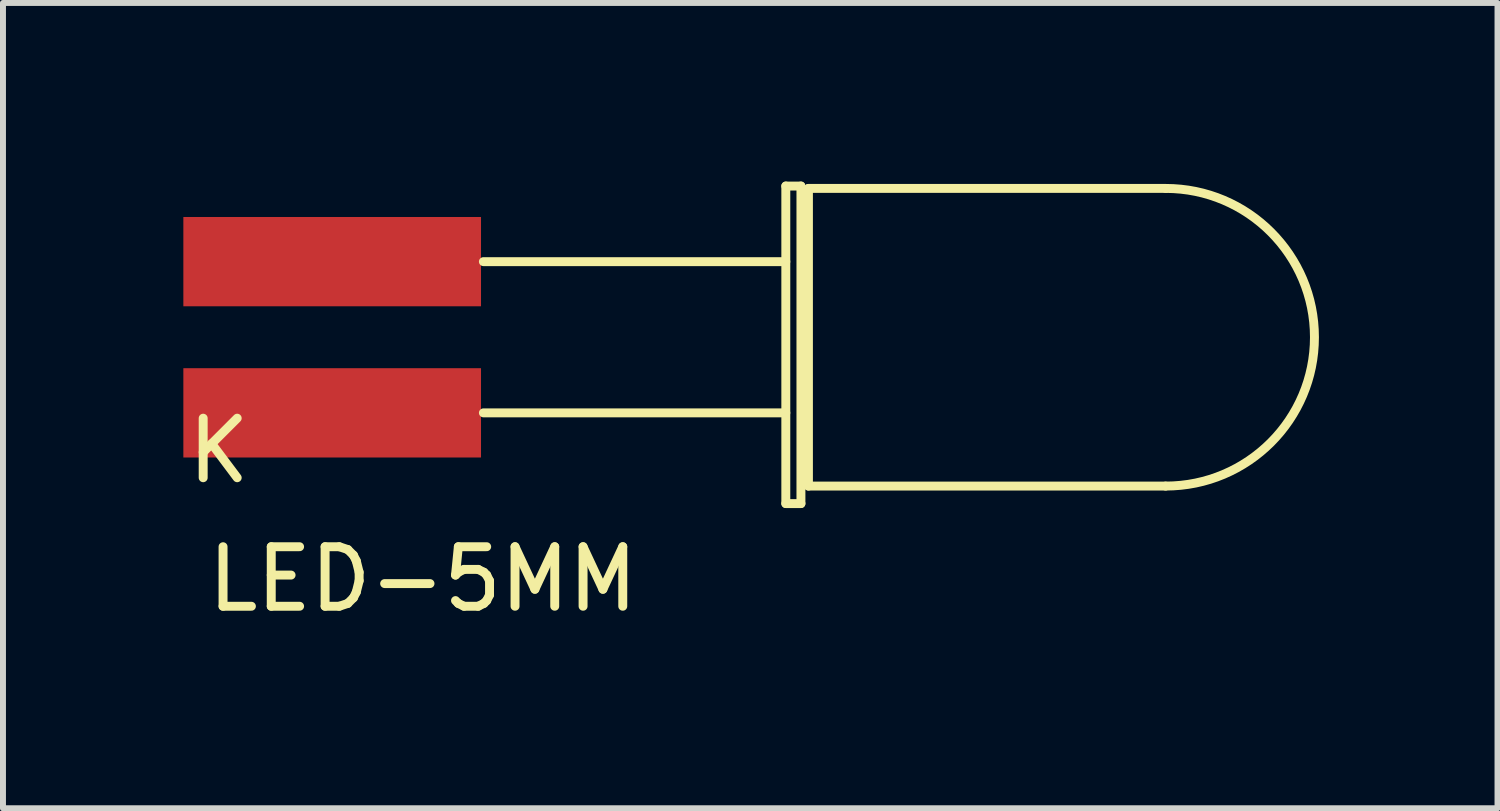
<source format=kicad_pcb>
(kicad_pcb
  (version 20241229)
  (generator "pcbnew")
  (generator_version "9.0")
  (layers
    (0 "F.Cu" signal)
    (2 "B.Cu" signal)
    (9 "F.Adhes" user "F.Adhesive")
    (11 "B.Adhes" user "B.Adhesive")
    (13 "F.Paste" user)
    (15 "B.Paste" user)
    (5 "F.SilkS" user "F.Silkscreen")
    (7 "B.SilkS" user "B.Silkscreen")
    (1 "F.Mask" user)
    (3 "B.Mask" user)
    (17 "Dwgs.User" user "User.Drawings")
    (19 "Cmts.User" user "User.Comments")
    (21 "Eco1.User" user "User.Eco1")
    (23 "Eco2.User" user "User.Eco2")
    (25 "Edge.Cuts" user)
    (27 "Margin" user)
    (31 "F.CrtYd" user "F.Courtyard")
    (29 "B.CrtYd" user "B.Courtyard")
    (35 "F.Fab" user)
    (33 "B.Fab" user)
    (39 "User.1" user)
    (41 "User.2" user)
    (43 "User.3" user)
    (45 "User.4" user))
  (footprint "LED-5MM"
    (layer "F.Cu")
    (at 2.53 2.615)
    (property "Reference" "LED-5MM" (at 1.524 4.064 0) (layer "F.SilkS") (effects (font (size 1 1) (thickness 0.15))))
    (attr through_hole)
    (fp_line (start 2.54 -1.27) (end 7.62 -1.27) (stroke (width 0.15) (type solid)) (layer "F.SilkS"))
    (fp_line (start 2.54 1.27) (end 7.62 1.27) (stroke (width 0.15) (type solid)) (layer "F.SilkS"))
    (fp_line (start 7.62 -2.54) (end 7.62 2.794) (stroke (width 0.15) (type solid)) (layer "F.SilkS"))
    (fp_line (start 7.62 2.794) (end 7.874 2.794) (stroke (width 0.15) (type solid)) (layer "F.SilkS"))
    (fp_line (start 7.874 -2.54) (end 7.62 -2.54) (stroke (width 0.15) (type solid)) (layer "F.SilkS"))
    (fp_line (start 7.874 2.794) (end 7.874 -2.54) (stroke (width 0.15) (type solid)) (layer "F.SilkS"))
    (fp_line (start 8 -2.5) (end 14 -2.5) (stroke (width 0.15) (type solid)) (layer "F.SilkS"))
    (fp_line (start 8 2.5) (end 8 -2.5) (stroke (width 0.15) (type solid)) (layer "F.SilkS"))
    (fp_line (start 8 2.5) (end 14 2.5) (stroke (width 0.15) (type solid)) (layer "F.SilkS"))
    (fp_arc (start 14 -2.5) (mid 16.5 0) (end 14 2.5) (stroke (width 0.15) (type solid)) (layer "F.SilkS"))
    (fp_text user "K" (at -1.905 1.905 0) (layer "F.SilkS") (effects (font (size 1 1) (thickness 0.15))))
    (pad "1" smd rect (at 0 -1.27) (size 5 1.5) (layers "F.Cu" "F.Mask" "F.Paste"))
    (pad "2" smd rect (at 0 1.27) (size 5 1.5) (layers "F.Cu" "F.Mask" "F.Paste")))
  (gr_rect
    (start -3 -3)
    (end 22.105 10.527)
    (stroke (width 0.1) (type default))
    (fill no)
    (layer "Edge.Cuts")))
</source>
